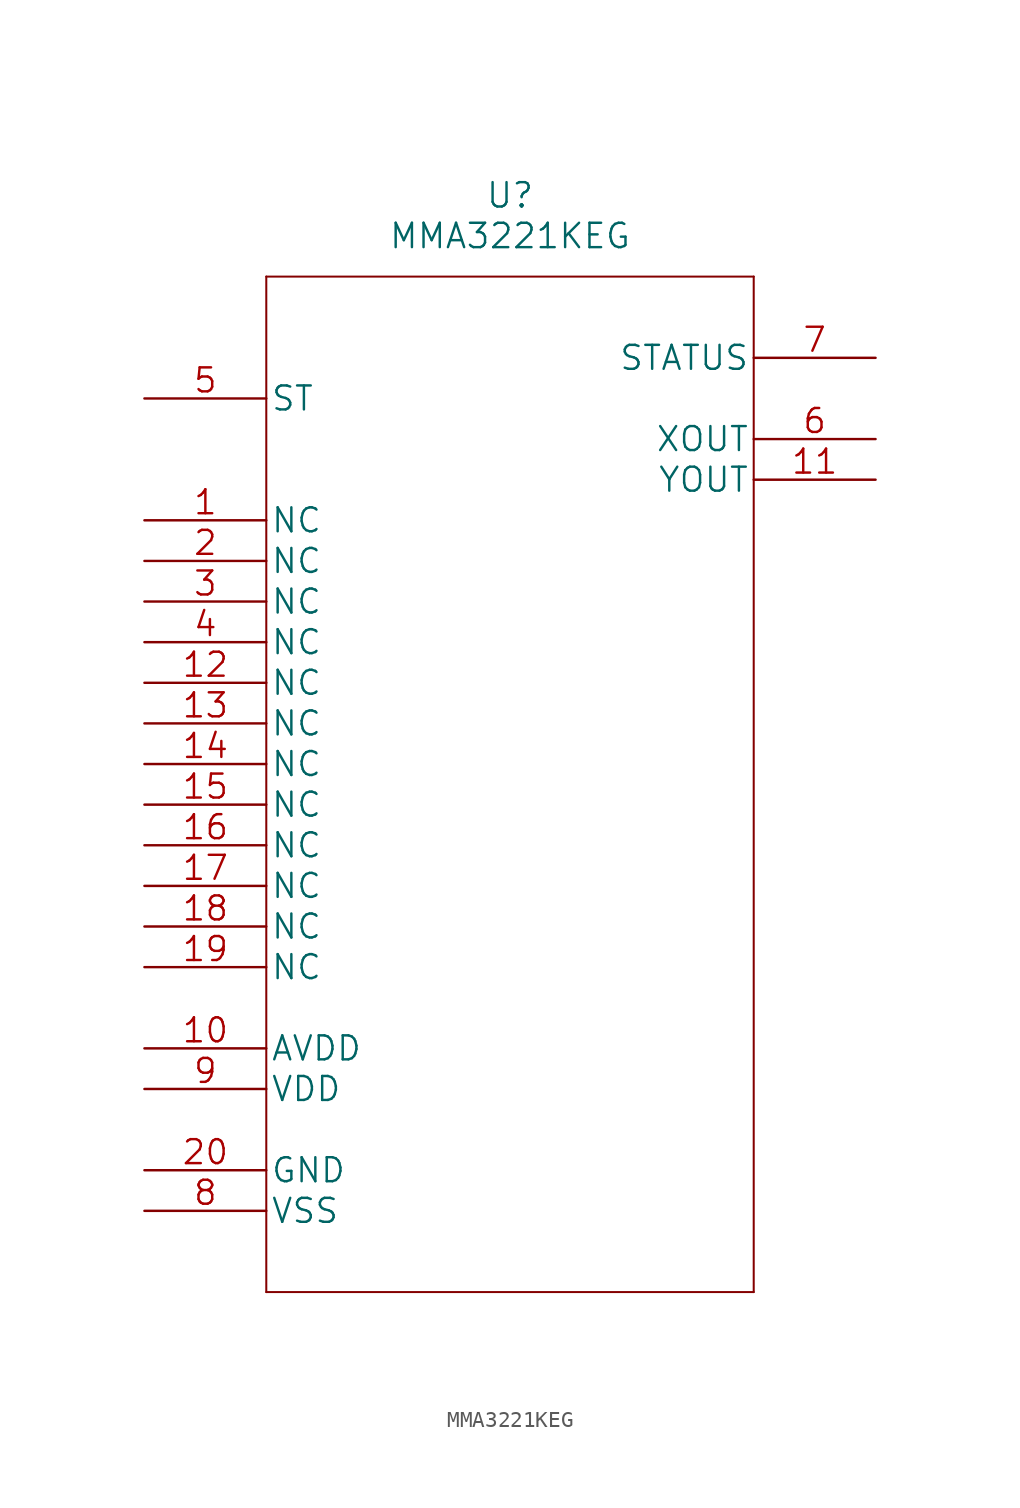
<source format=kicad_sym>
(kicad_symbol_lib
  (version 20211014)
  (generator kicad_symbol_editor)
  (symbol "MMA3221KEG"
    (pin_names
      (offset 0.254))
    (property "Reference" "U"
      (at 22.86 12.7 0)
      (effects (font (size 1.524 1.524))))
    (property "Value" "MMA3221KEG"
      (at 22.86 10.16 0)
      (effects (font (size 1.524 1.524))))
    (symbol "MMA3221KEG_1_1"
      (polyline (pts (xy 7.62 -55.88) (xy 38.1 -55.88)) (stroke (width 0.127) (type default) (color 0 0 0 0)) (fill (type none)))
      (polyline (pts (xy 7.62 7.62) (xy 7.62 -55.88)) (stroke (width 0.127) (type default) (color 0 0 0 0)) (fill (type none)))
      (polyline (pts (xy 38.1 -55.88) (xy 38.1 7.62)) (stroke (width 0.127) (type default) (color 0 0 0 0)) (fill (type none)))
      (polyline (pts (xy 38.1 7.62) (xy 7.62 7.62)) (stroke (width 0.127) (type default) (color 0 0 0 0)) (fill (type none)))
      (pin unspecified line (at 0 -7.62 0) (length 7.62) (name "NC" (effects (font (size 1.499 1.499)))) (number "1" (effects (font (size 1.499 1.499)))))
      (pin power_in line (at 0 -40.64 0) (length 7.62) (name "AVDD" (effects (font (size 1.499 1.499)))) (number "10" (effects (font (size 1.499 1.499)))))
      (pin output line (at 45.72 -5.08 180) (length 7.62) (name "YOUT" (effects (font (size 1.499 1.499)))) (number "11" (effects (font (size 1.499 1.499)))))
      (pin unspecified line (at 0 -17.78 0) (length 7.62) (name "NC" (effects (font (size 1.499 1.499)))) (number "12" (effects (font (size 1.499 1.499)))))
      (pin unspecified line (at 0 -20.32 0) (length 7.62) (name "NC" (effects (font (size 1.499 1.499)))) (number "13" (effects (font (size 1.499 1.499)))))
      (pin unspecified line (at 0 -22.86 0) (length 7.62) (name "NC" (effects (font (size 1.499 1.499)))) (number "14" (effects (font (size 1.499 1.499)))))
      (pin unspecified line (at 0 -25.4 0) (length 7.62) (name "NC" (effects (font (size 1.499 1.499)))) (number "15" (effects (font (size 1.499 1.499)))))
      (pin unspecified line (at 0 -27.94 0) (length 7.62) (name "NC" (effects (font (size 1.499 1.499)))) (number "16" (effects (font (size 1.499 1.499)))))
      (pin unspecified line (at 0 -30.48 0) (length 7.62) (name "NC" (effects (font (size 1.499 1.499)))) (number "17" (effects (font (size 1.499 1.499)))))
      (pin unspecified line (at 0 -33.02 0) (length 7.62) (name "NC" (effects (font (size 1.499 1.499)))) (number "18" (effects (font (size 1.499 1.499)))))
      (pin unspecified line (at 0 -35.56 0) (length 7.62) (name "NC" (effects (font (size 1.499 1.499)))) (number "19" (effects (font (size 1.499 1.499)))))
      (pin unspecified line (at 0 -10.16 0) (length 7.62) (name "NC" (effects (font (size 1.499 1.499)))) (number "2" (effects (font (size 1.499 1.499)))))
      (pin power_in line (at 0 -48.26 0) (length 7.62) (name "GND" (effects (font (size 1.499 1.499)))) (number "20" (effects (font (size 1.499 1.499)))))
      (pin unspecified line (at 0 -12.7 0) (length 7.62) (name "NC" (effects (font (size 1.499 1.499)))) (number "3" (effects (font (size 1.499 1.499)))))
      (pin unspecified line (at 0 -15.24 0) (length 7.62) (name "NC" (effects (font (size 1.499 1.499)))) (number "4" (effects (font (size 1.499 1.499)))))
      (pin input line (at 0 0 0) (length 7.62) (name "ST" (effects (font (size 1.499 1.499)))) (number "5" (effects (font (size 1.499 1.499)))))
      (pin output line (at 45.72 -2.54 180) (length 7.62) (name "XOUT" (effects (font (size 1.499 1.499)))) (number "6" (effects (font (size 1.499 1.499)))))
      (pin output line (at 45.72 2.54 180) (length 7.62) (name "STATUS" (effects (font (size 1.499 1.499)))) (number "7" (effects (font (size 1.499 1.499)))))
      (pin power_in line (at 0 -50.8 0) (length 7.62) (name "VSS" (effects (font (size 1.499 1.499)))) (number "8" (effects (font (size 1.499 1.499)))))
      (pin power_in line (at 0 -43.18 0) (length 7.62) (name "VDD" (effects (font (size 1.499 1.499)))) (number "9" (effects (font (size 1.499 1.499))))))))
</source>
